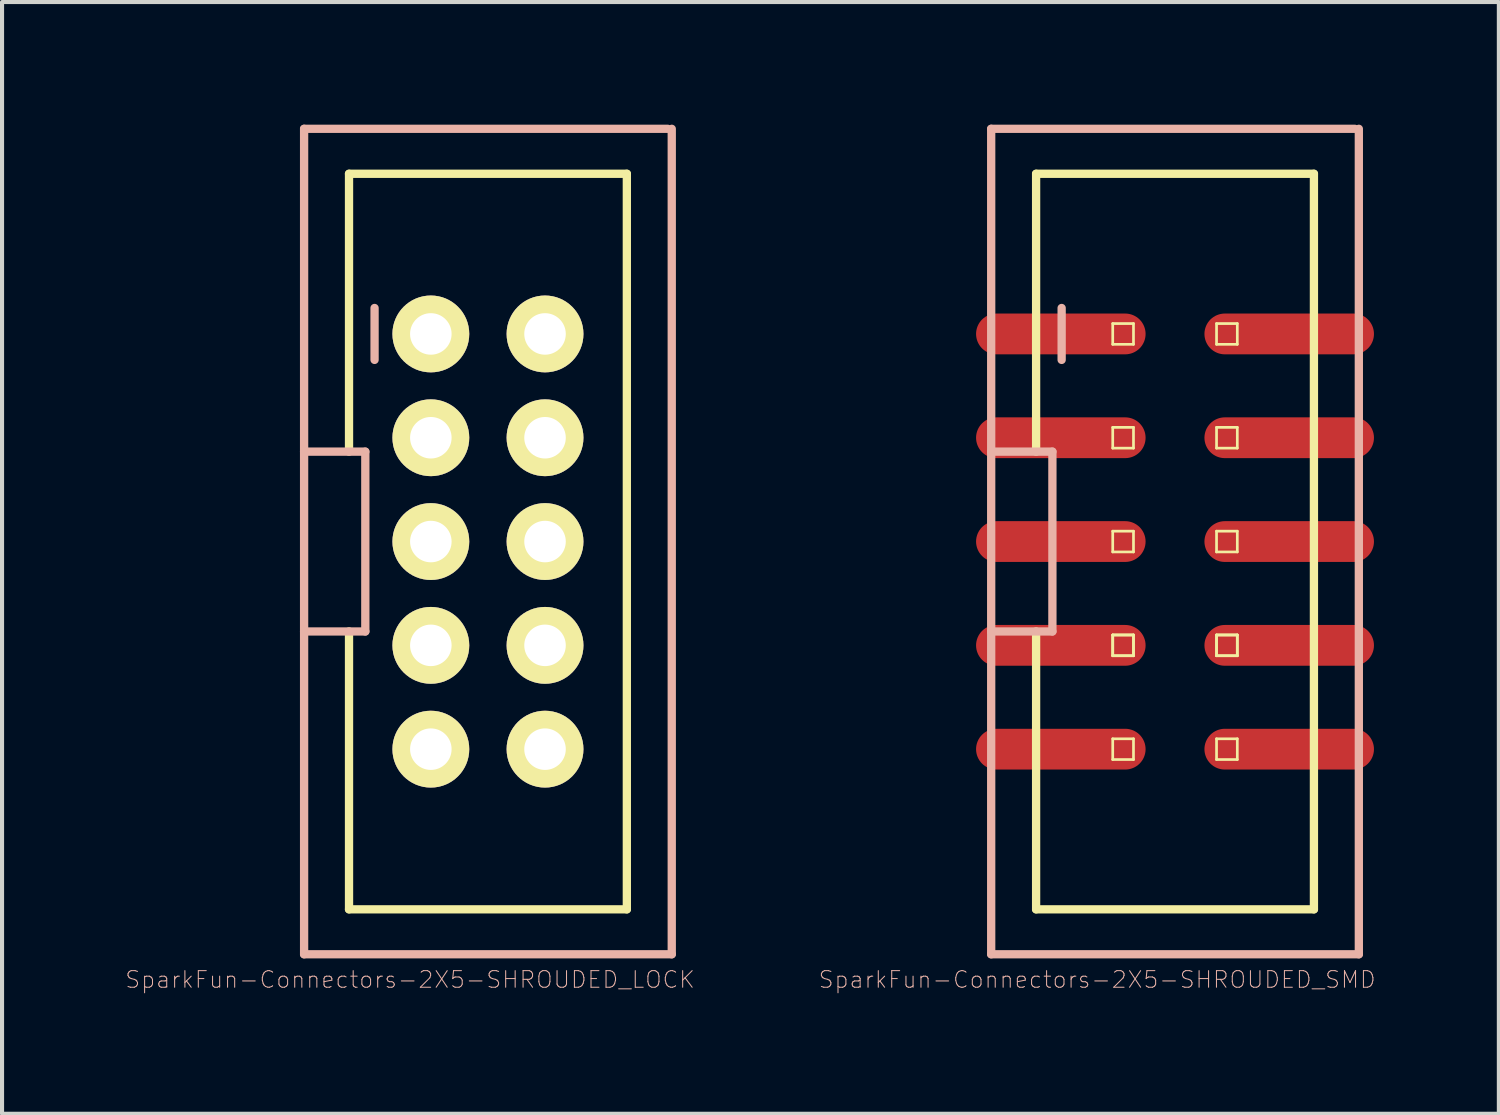
<source format=kicad_pcb>
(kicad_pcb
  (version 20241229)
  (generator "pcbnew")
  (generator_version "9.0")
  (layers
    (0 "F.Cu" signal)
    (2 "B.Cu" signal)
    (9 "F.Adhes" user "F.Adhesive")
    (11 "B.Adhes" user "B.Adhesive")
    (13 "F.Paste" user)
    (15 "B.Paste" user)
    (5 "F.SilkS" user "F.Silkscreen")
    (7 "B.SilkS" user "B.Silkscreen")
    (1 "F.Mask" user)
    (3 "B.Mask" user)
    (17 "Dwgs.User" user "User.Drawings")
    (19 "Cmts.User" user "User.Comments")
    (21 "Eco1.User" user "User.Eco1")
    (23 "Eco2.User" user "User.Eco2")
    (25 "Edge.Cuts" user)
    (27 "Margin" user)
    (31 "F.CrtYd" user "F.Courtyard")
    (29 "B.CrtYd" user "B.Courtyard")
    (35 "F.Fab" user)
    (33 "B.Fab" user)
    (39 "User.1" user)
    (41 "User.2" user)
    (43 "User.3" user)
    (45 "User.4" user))
  (footprint "SparkFun-Connectors-2X5-SHROUDED_LOCK"
    (layer "F.Cu")
    (at 8.889 10.201)
    (property "Reference" "SparkFun-Connectors-2X5-SHROUDED_LOCK" (at -1.905 10.719 0) (layer "B.SilkS") (effects (font (size 0.406 0.406) (thickness 0.025))))
    (attr exclude_from_pos_files exclude_from_bom)
    (fp_line (start -3.399 -8.999) (end -3.399 -2.2) (stroke (width 0.203) (type solid)) (layer "F.SilkS"))
    (fp_line (start -3.399 -8.999) (end 3.399 -8.999) (stroke (width 0.203) (type solid)) (layer "F.SilkS"))
    (fp_line (start -3.399 8.999) (end -3.399 2.2) (stroke (width 0.203) (type solid)) (layer "F.SilkS"))
    (fp_line (start -3.399 8.999) (end 3.399 8.999) (stroke (width 0.203) (type solid)) (layer "F.SilkS"))
    (fp_line (start -1.524 -5.334) (end -1.016 -5.334) (stroke (width 0.066) (type solid)) (layer "F.SilkS"))
    (fp_line (start -1.524 -4.826) (end -1.524 -5.334) (stroke (width 0.066) (type solid)) (layer "F.SilkS"))
    (fp_line (start -1.524 -4.826) (end -1.016 -4.826) (stroke (width 0.066) (type solid)) (layer "F.SilkS"))
    (fp_line (start -1.524 -2.794) (end -1.016 -2.794) (stroke (width 0.066) (type solid)) (layer "F.SilkS"))
    (fp_line (start -1.524 -2.286) (end -1.524 -2.794) (stroke (width 0.066) (type solid)) (layer "F.SilkS"))
    (fp_line (start -1.524 -2.286) (end -1.016 -2.286) (stroke (width 0.066) (type solid)) (layer "F.SilkS"))
    (fp_line (start -1.524 -0.254) (end -1.016 -0.254) (stroke (width 0.066) (type solid)) (layer "F.SilkS"))
    (fp_line (start -1.524 0.254) (end -1.524 -0.254) (stroke (width 0.066) (type solid)) (layer "F.SilkS"))
    (fp_line (start -1.524 0.254) (end -1.016 0.254) (stroke (width 0.066) (type solid)) (layer "F.SilkS"))
    (fp_line (start -1.524 2.286) (end -1.016 2.286) (stroke (width 0.066) (type solid)) (layer "F.SilkS"))
    (fp_line (start -1.524 2.286) (end -1.016 2.286) (stroke (width 0.066) (type solid)) (layer "F.SilkS"))
    (fp_line (start -1.524 2.794) (end -1.524 2.286) (stroke (width 0.066) (type solid)) (layer "F.SilkS"))
    (fp_line (start -1.524 2.794) (end -1.524 2.286) (stroke (width 0.066) (type solid)) (layer "F.SilkS"))
    (fp_line (start -1.524 2.794) (end -1.016 2.794) (stroke (width 0.066) (type solid)) (layer "F.SilkS"))
    (fp_line (start -1.524 2.794) (end -1.016 2.794) (stroke (width 0.066) (type solid)) (layer "F.SilkS"))
    (fp_line (start -1.524 4.826) (end -1.016 4.826) (stroke (width 0.066) (type solid)) (layer "F.SilkS"))
    (fp_line (start -1.524 5.334) (end -1.524 4.826) (stroke (width 0.066) (type solid)) (layer "F.SilkS"))
    (fp_line (start -1.524 5.334) (end -1.016 5.334) (stroke (width 0.066) (type solid)) (layer "F.SilkS"))
    (fp_line (start -1.016 -4.826) (end -1.016 -5.334) (stroke (width 0.066) (type solid)) (layer "F.SilkS"))
    (fp_line (start -1.016 -2.286) (end -1.016 -2.794) (stroke (width 0.066) (type solid)) (layer "F.SilkS"))
    (fp_line (start -1.016 0.254) (end -1.016 -0.254) (stroke (width 0.066) (type solid)) (layer "F.SilkS"))
    (fp_line (start -1.016 2.794) (end -1.016 2.286) (stroke (width 0.066) (type solid)) (layer "F.SilkS"))
    (fp_line (start -1.016 2.794) (end -1.016 2.286) (stroke (width 0.066) (type solid)) (layer "F.SilkS"))
    (fp_line (start -1.016 5.334) (end -1.016 4.826) (stroke (width 0.066) (type solid)) (layer "F.SilkS"))
    (fp_line (start 1.016 -5.334) (end 1.524 -5.334) (stroke (width 0.066) (type solid)) (layer "F.SilkS"))
    (fp_line (start 1.016 -4.826) (end 1.016 -5.334) (stroke (width 0.066) (type solid)) (layer "F.SilkS"))
    (fp_line (start 1.016 -4.826) (end 1.524 -4.826) (stroke (width 0.066) (type solid)) (layer "F.SilkS"))
    (fp_line (start 1.016 -2.794) (end 1.524 -2.794) (stroke (width 0.066) (type solid)) (layer "F.SilkS"))
    (fp_line (start 1.016 -2.286) (end 1.016 -2.794) (stroke (width 0.066) (type solid)) (layer "F.SilkS"))
    (fp_line (start 1.016 -2.286) (end 1.524 -2.286) (stroke (width 0.066) (type solid)) (layer "F.SilkS"))
    (fp_line (start 1.016 -0.254) (end 1.524 -0.254) (stroke (width 0.066) (type solid)) (layer "F.SilkS"))
    (fp_line (start 1.016 0.254) (end 1.016 -0.254) (stroke (width 0.066) (type solid)) (layer "F.SilkS"))
    (fp_line (start 1.016 0.254) (end 1.524 0.254) (stroke (width 0.066) (type solid)) (layer "F.SilkS"))
    (fp_line (start 1.016 2.286) (end 1.524 2.286) (stroke (width 0.066) (type solid)) (layer "F.SilkS"))
    (fp_line (start 1.016 2.286) (end 1.524 2.286) (stroke (width 0.066) (type solid)) (layer "F.SilkS"))
    (fp_line (start 1.016 2.794) (end 1.016 2.286) (stroke (width 0.066) (type solid)) (layer "F.SilkS"))
    (fp_line (start 1.016 2.794) (end 1.016 2.286) (stroke (width 0.066) (type solid)) (layer "F.SilkS"))
    (fp_line (start 1.016 2.794) (end 1.524 2.794) (stroke (width 0.066) (type solid)) (layer "F.SilkS"))
    (fp_line (start 1.016 2.794) (end 1.524 2.794) (stroke (width 0.066) (type solid)) (layer "F.SilkS"))
    (fp_line (start 1.016 4.826) (end 1.524 4.826) (stroke (width 0.066) (type solid)) (layer "F.SilkS"))
    (fp_line (start 1.016 5.334) (end 1.016 4.826) (stroke (width 0.066) (type solid)) (layer "F.SilkS"))
    (fp_line (start 1.016 5.334) (end 1.524 5.334) (stroke (width 0.066) (type solid)) (layer "F.SilkS"))
    (fp_line (start 1.524 -4.826) (end 1.524 -5.334) (stroke (width 0.066) (type solid)) (layer "F.SilkS"))
    (fp_line (start 1.524 -2.286) (end 1.524 -2.794) (stroke (width 0.066) (type solid)) (layer "F.SilkS"))
    (fp_line (start 1.524 0.254) (end 1.524 -0.254) (stroke (width 0.066) (type solid)) (layer "F.SilkS"))
    (fp_line (start 1.524 2.794) (end 1.524 2.286) (stroke (width 0.066) (type solid)) (layer "F.SilkS"))
    (fp_line (start 1.524 2.794) (end 1.524 2.286) (stroke (width 0.066) (type solid)) (layer "F.SilkS"))
    (fp_line (start 1.524 5.334) (end 1.524 4.826) (stroke (width 0.066) (type solid)) (layer "F.SilkS"))
    (fp_line (start 3.399 -8.999) (end 3.399 8.999) (stroke (width 0.203) (type solid)) (layer "F.SilkS"))
    (fp_line (start -4.498 -10.099) (end 4.399 -10.099) (stroke (width 0.203) (type solid)) (layer "B.SilkS"))
    (fp_line (start -4.498 -2.2) (end -4.498 -10.099) (stroke (width 0.203) (type solid)) (layer "B.SilkS"))
    (fp_line (start -4.498 -2.2) (end -3 -2.2) (stroke (width 0.203) (type solid)) (layer "B.SilkS"))
    (fp_line (start -4.498 2.2) (end -4.498 -2.2) (stroke (width 0.203) (type solid)) (layer "B.SilkS"))
    (fp_line (start -4.498 10.099) (end -4.498 2.2) (stroke (width 0.203) (type solid)) (layer "B.SilkS"))
    (fp_line (start -3 -2.2) (end -3 2.2) (stroke (width 0.203) (type solid)) (layer "B.SilkS"))
    (fp_line (start -3 2.2) (end -4.498 2.2) (stroke (width 0.203) (type solid)) (layer "B.SilkS"))
    (fp_line (start -2.774 -5.715) (end -2.774 -4.445) (stroke (width 0.203) (type solid)) (layer "B.SilkS"))
    (fp_line (start 4.498 -10.099) (end 4.498 10.099) (stroke (width 0.203) (type solid)) (layer "B.SilkS"))
    (fp_line (start 4.498 10.099) (end -4.498 10.099) (stroke (width 0.203) (type solid)) (layer "B.SilkS"))
    (pad "1" thru_hole circle (at -1.397 -5.08) (size 1.88 1.88) (drill 1.016) (layers "*.Cu" "F.Mask" "F.SilkS" "F.Paste"))
    (pad "2" thru_hole circle (at 1.397 -5.08) (size 1.88 1.88) (drill 1.016) (layers "*.Cu" "F.Mask" "F.SilkS" "F.Paste"))
    (pad "3" thru_hole circle (at -1.397 -2.54) (size 1.88 1.88) (drill 1.016) (layers "*.Cu" "F.Mask" "F.SilkS" "F.Paste"))
    (pad "4" thru_hole circle (at 1.397 -2.54) (size 1.88 1.88) (drill 1.016) (layers "*.Cu" "F.Mask" "F.SilkS" "F.Paste"))
    (pad "5" thru_hole circle (at -1.397 0) (size 1.88 1.88) (drill 1.016) (layers "*.Cu" "F.Mask" "F.SilkS" "F.Paste"))
    (pad "6" thru_hole circle (at 1.397 0) (size 1.88 1.88) (drill 1.016) (layers "*.Cu" "F.Mask" "F.SilkS" "F.Paste"))
    (pad "7" thru_hole circle (at -1.397 2.54) (size 1.88 1.88) (drill 1.016) (layers "*.Cu" "F.Mask" "F.SilkS" "F.Paste"))
    (pad "8" thru_hole circle (at 1.397 2.54) (size 1.88 1.88) (drill 1.016) (layers "*.Cu" "F.Mask" "F.SilkS" "F.Paste"))
    (pad "9" thru_hole circle (at -1.397 5.08) (size 1.88 1.88) (drill 1.016) (layers "*.Cu" "F.Mask" "F.SilkS" "F.Paste"))
    (pad "10" thru_hole circle (at 1.397 5.08) (size 1.88 1.88) (drill 1.016) (layers "*.Cu" "F.Mask" "F.SilkS" "F.Paste")))
  (footprint "SparkFun-Connectors-2X5-SHROUDED_SMD"
    (layer "F.Cu")
    (at 25.701 10.201)
    (property "Reference" "SparkFun-Connectors-2X5-SHROUDED_SMD" (at -1.905 10.719 0) (layer "B.SilkS") (effects (font (size 0.406 0.406) (thickness 0.025))))
    (attr smd)
    (fp_line (start -3.399 -8.999) (end -3.399 -2.2) (stroke (width 0.203) (type solid)) (layer "F.SilkS"))
    (fp_line (start -3.399 -8.999) (end 3.399 -8.999) (stroke (width 0.203) (type solid)) (layer "F.SilkS"))
    (fp_line (start -3.399 8.999) (end -3.399 2.2) (stroke (width 0.203) (type solid)) (layer "F.SilkS"))
    (fp_line (start -3.399 8.999) (end 3.399 8.999) (stroke (width 0.203) (type solid)) (layer "F.SilkS"))
    (fp_line (start -1.524 -5.334) (end -1.016 -5.334) (stroke (width 0.066) (type solid)) (layer "F.SilkS"))
    (fp_line (start -1.524 -4.826) (end -1.524 -5.334) (stroke (width 0.066) (type solid)) (layer "F.SilkS"))
    (fp_line (start -1.524 -4.826) (end -1.016 -4.826) (stroke (width 0.066) (type solid)) (layer "F.SilkS"))
    (fp_line (start -1.524 -2.794) (end -1.016 -2.794) (stroke (width 0.066) (type solid)) (layer "F.SilkS"))
    (fp_line (start -1.524 -2.286) (end -1.524 -2.794) (stroke (width 0.066) (type solid)) (layer "F.SilkS"))
    (fp_line (start -1.524 -2.286) (end -1.016 -2.286) (stroke (width 0.066) (type solid)) (layer "F.SilkS"))
    (fp_line (start -1.524 -0.254) (end -1.016 -0.254) (stroke (width 0.066) (type solid)) (layer "F.SilkS"))
    (fp_line (start -1.524 0.254) (end -1.524 -0.254) (stroke (width 0.066) (type solid)) (layer "F.SilkS"))
    (fp_line (start -1.524 0.254) (end -1.016 0.254) (stroke (width 0.066) (type solid)) (layer "F.SilkS"))
    (fp_line (start -1.524 2.286) (end -1.016 2.286) (stroke (width 0.066) (type solid)) (layer "F.SilkS"))
    (fp_line (start -1.524 2.286) (end -1.016 2.286) (stroke (width 0.066) (type solid)) (layer "F.SilkS"))
    (fp_line (start -1.524 2.794) (end -1.524 2.286) (stroke (width 0.066) (type solid)) (layer "F.SilkS"))
    (fp_line (start -1.524 2.794) (end -1.524 2.286) (stroke (width 0.066) (type solid)) (layer "F.SilkS"))
    (fp_line (start -1.524 2.794) (end -1.016 2.794) (stroke (width 0.066) (type solid)) (layer "F.SilkS"))
    (fp_line (start -1.524 2.794) (end -1.016 2.794) (stroke (width 0.066) (type solid)) (layer "F.SilkS"))
    (fp_line (start -1.524 4.826) (end -1.016 4.826) (stroke (width 0.066) (type solid)) (layer "F.SilkS"))
    (fp_line (start -1.524 5.334) (end -1.524 4.826) (stroke (width 0.066) (type solid)) (layer "F.SilkS"))
    (fp_line (start -1.524 5.334) (end -1.016 5.334) (stroke (width 0.066) (type solid)) (layer "F.SilkS"))
    (fp_line (start -1.016 -4.826) (end -1.016 -5.334) (stroke (width 0.066) (type solid)) (layer "F.SilkS"))
    (fp_line (start -1.016 -2.286) (end -1.016 -2.794) (stroke (width 0.066) (type solid)) (layer "F.SilkS"))
    (fp_line (start -1.016 0.254) (end -1.016 -0.254) (stroke (width 0.066) (type solid)) (layer "F.SilkS"))
    (fp_line (start -1.016 2.794) (end -1.016 2.286) (stroke (width 0.066) (type solid)) (layer "F.SilkS"))
    (fp_line (start -1.016 2.794) (end -1.016 2.286) (stroke (width 0.066) (type solid)) (layer "F.SilkS"))
    (fp_line (start -1.016 5.334) (end -1.016 4.826) (stroke (width 0.066) (type solid)) (layer "F.SilkS"))
    (fp_line (start 1.016 -5.334) (end 1.524 -5.334) (stroke (width 0.066) (type solid)) (layer "F.SilkS"))
    (fp_line (start 1.016 -4.826) (end 1.016 -5.334) (stroke (width 0.066) (type solid)) (layer "F.SilkS"))
    (fp_line (start 1.016 -4.826) (end 1.524 -4.826) (stroke (width 0.066) (type solid)) (layer "F.SilkS"))
    (fp_line (start 1.016 -2.794) (end 1.524 -2.794) (stroke (width 0.066) (type solid)) (layer "F.SilkS"))
    (fp_line (start 1.016 -2.286) (end 1.016 -2.794) (stroke (width 0.066) (type solid)) (layer "F.SilkS"))
    (fp_line (start 1.016 -2.286) (end 1.524 -2.286) (stroke (width 0.066) (type solid)) (layer "F.SilkS"))
    (fp_line (start 1.016 -0.254) (end 1.524 -0.254) (stroke (width 0.066) (type solid)) (layer "F.SilkS"))
    (fp_line (start 1.016 0.254) (end 1.016 -0.254) (stroke (width 0.066) (type solid)) (layer "F.SilkS"))
    (fp_line (start 1.016 0.254) (end 1.524 0.254) (stroke (width 0.066) (type solid)) (layer "F.SilkS"))
    (fp_line (start 1.016 2.286) (end 1.524 2.286) (stroke (width 0.066) (type solid)) (layer "F.SilkS"))
    (fp_line (start 1.016 2.286) (end 1.524 2.286) (stroke (width 0.066) (type solid)) (layer "F.SilkS"))
    (fp_line (start 1.016 2.794) (end 1.016 2.286) (stroke (width 0.066) (type solid)) (layer "F.SilkS"))
    (fp_line (start 1.016 2.794) (end 1.016 2.286) (stroke (width 0.066) (type solid)) (layer "F.SilkS"))
    (fp_line (start 1.016 2.794) (end 1.524 2.794) (stroke (width 0.066) (type solid)) (layer "F.SilkS"))
    (fp_line (start 1.016 2.794) (end 1.524 2.794) (stroke (width 0.066) (type solid)) (layer "F.SilkS"))
    (fp_line (start 1.016 4.826) (end 1.524 4.826) (stroke (width 0.066) (type solid)) (layer "F.SilkS"))
    (fp_line (start 1.016 5.334) (end 1.016 4.826) (stroke (width 0.066) (type solid)) (layer "F.SilkS"))
    (fp_line (start 1.016 5.334) (end 1.524 5.334) (stroke (width 0.066) (type solid)) (layer "F.SilkS"))
    (fp_line (start 1.524 -4.826) (end 1.524 -5.334) (stroke (width 0.066) (type solid)) (layer "F.SilkS"))
    (fp_line (start 1.524 -2.286) (end 1.524 -2.794) (stroke (width 0.066) (type solid)) (layer "F.SilkS"))
    (fp_line (start 1.524 0.254) (end 1.524 -0.254) (stroke (width 0.066) (type solid)) (layer "F.SilkS"))
    (fp_line (start 1.524 2.794) (end 1.524 2.286) (stroke (width 0.066) (type solid)) (layer "F.SilkS"))
    (fp_line (start 1.524 2.794) (end 1.524 2.286) (stroke (width 0.066) (type solid)) (layer "F.SilkS"))
    (fp_line (start 1.524 5.334) (end 1.524 4.826) (stroke (width 0.066) (type solid)) (layer "F.SilkS"))
    (fp_line (start 3.399 -8.999) (end 3.399 8.999) (stroke (width 0.203) (type solid)) (layer "F.SilkS"))
    (fp_line (start -4.498 -10.099) (end 4.399 -10.099) (stroke (width 0.203) (type solid)) (layer "B.SilkS"))
    (fp_line (start -4.498 -2.2) (end -4.498 -10.099) (stroke (width 0.203) (type solid)) (layer "B.SilkS"))
    (fp_line (start -4.498 -2.2) (end -3 -2.2) (stroke (width 0.203) (type solid)) (layer "B.SilkS"))
    (fp_line (start -4.498 2.2) (end -4.498 -2.2) (stroke (width 0.203) (type solid)) (layer "B.SilkS"))
    (fp_line (start -4.498 10.099) (end -4.498 2.2) (stroke (width 0.203) (type solid)) (layer "B.SilkS"))
    (fp_line (start -3 -2.2) (end -3 2.2) (stroke (width 0.203) (type solid)) (layer "B.SilkS"))
    (fp_line (start -3 2.2) (end -4.498 2.2) (stroke (width 0.203) (type solid)) (layer "B.SilkS"))
    (fp_line (start -2.774 -5.715) (end -2.774 -4.445) (stroke (width 0.203) (type solid)) (layer "B.SilkS"))
    (fp_line (start 4.498 -10.099) (end 4.498 10.099) (stroke (width 0.203) (type solid)) (layer "B.SilkS"))
    (fp_line (start 4.498 10.099) (end -4.498 10.099) (stroke (width 0.203) (type solid)) (layer "B.SilkS"))
    (pad "1" smd oval (at -2.794 -5.08) (size 4.148 0.998) (layers "F.Cu" "F.Mask" "F.Paste"))
    (pad "2" smd oval (at 2.794 -5.08) (size 4.148 0.998) (layers "F.Cu" "F.Mask" "F.Paste"))
    (pad "3" smd oval (at -2.794 -2.54) (size 4.148 0.998) (layers "F.Cu" "F.Mask" "F.Paste"))
    (pad "4" smd oval (at 2.794 -2.54) (size 4.148 0.998) (layers "F.Cu" "F.Mask" "F.Paste"))
    (pad "5" smd oval (at -2.794 0) (size 4.148 0.998) (layers "F.Cu" "F.Mask" "F.Paste"))
    (pad "6" smd oval (at 2.794 0) (size 4.148 0.998) (layers "F.Cu" "F.Mask" "F.Paste"))
    (pad "7" smd oval (at -2.794 2.54) (size 4.148 0.998) (layers "F.Cu" "F.Mask" "F.Paste"))
    (pad "8" smd oval (at 2.794 2.54) (size 4.148 0.998) (layers "F.Cu" "F.Mask" "F.Paste"))
    (pad "9" smd oval (at -2.794 5.08) (size 4.148 0.998) (layers "F.Cu" "F.Mask" "F.Paste"))
    (pad "10" smd oval (at 2.794 5.08) (size 4.148 0.998) (layers "F.Cu" "F.Mask" "F.Paste")))
  (gr_rect
    (start -3 -3)
    (end 33.625 24.202)
    (stroke (width 0.1) (type default))
    (fill no)
    (layer "Edge.Cuts")))
</source>
